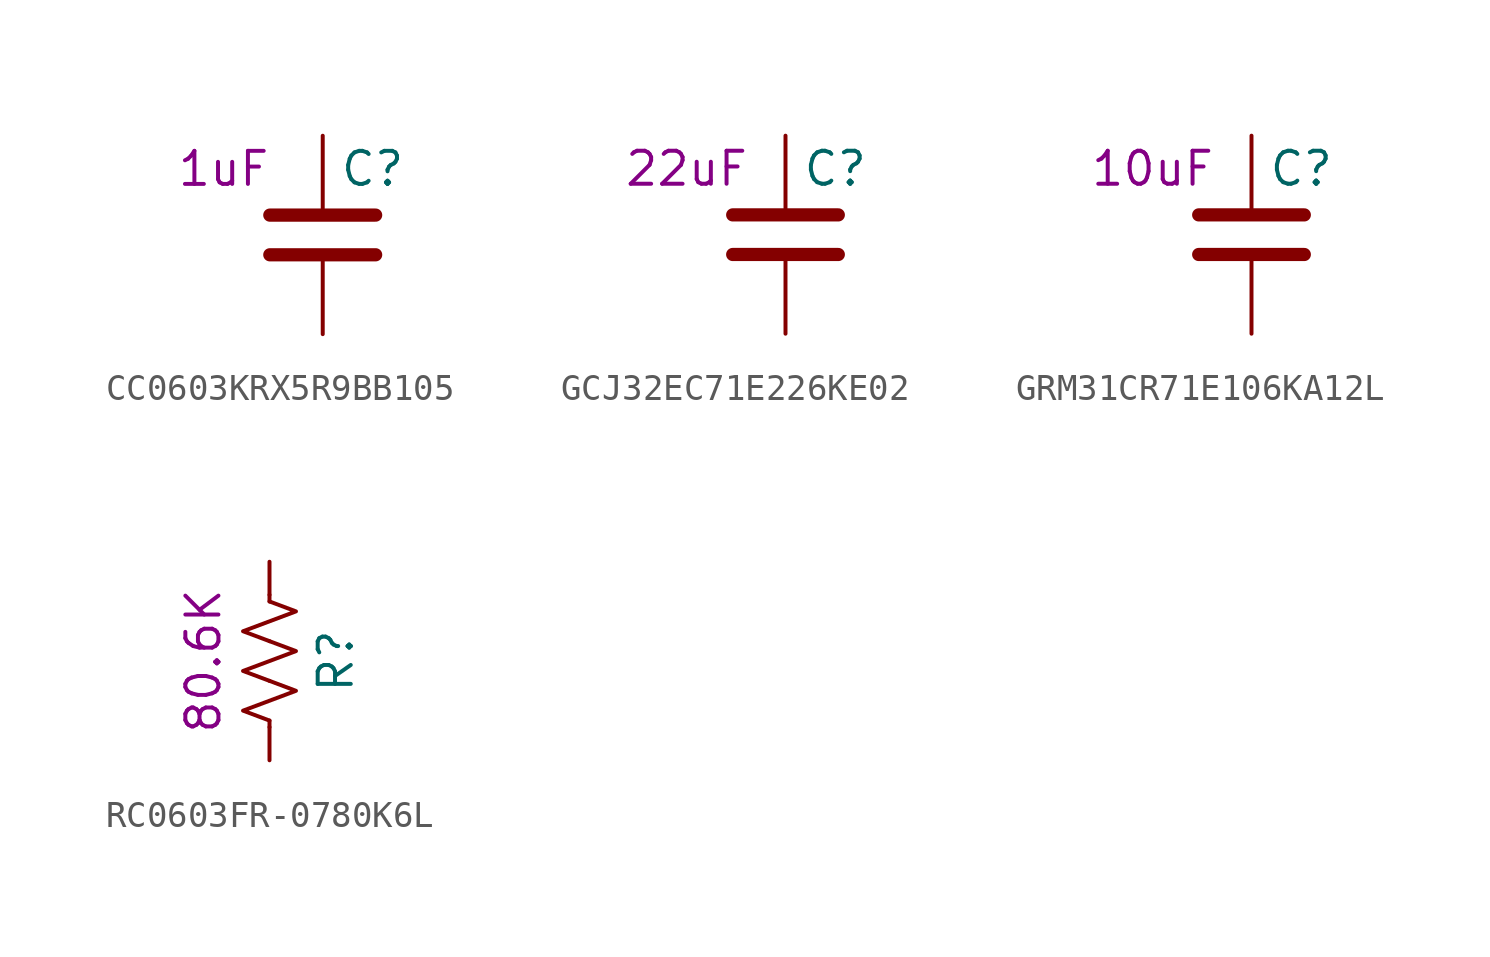
<source format=kicad_sym>
(kicad_symbol_lib
  (version 20210619)
  (generator kicad_symbol_editor)
  (symbol "eval-board-1_buck-regulator:CC0603KRX5R9BB105"
    (pin_numbers hide)
    (pin_names
      (offset 0.254))
    (property "Reference" "C"
      (at 0.635 2.54 0)
      (effects (font (size 1.27 1.27)) (justify left)))
    (property "id" "1uF"
      (at -3.81 2.54 0)
      (effects (font (size 1.27 1.27))))
    (symbol "CC0603KRX5R9BB105_0_1"
      (polyline (pts (xy -2.032 -0.762) (xy 2.032 -0.762)) (stroke (width 0.508)) (fill (type none)))
      (polyline (pts (xy -2.032 0.762) (xy 2.032 0.762)) (stroke (width 0.508)) (fill (type none))))
    (symbol "CC0603KRX5R9BB105_1_1"
      (pin passive line (at 0 3.81 270) (length 2.794) (name "~" (effects (font (size 1.27 1.27)))) (number "1" (effects (font (size 1.27 1.27)))))
      (pin passive line (at 0 -3.81 90) (length 2.794) (name "~" (effects (font (size 1.27 1.27)))) (number "2" (effects (font (size 1.27 1.27)))))))
  (symbol "eval-board-1_buck-regulator:GCJ32EC71E226KE02"
    (pin_numbers hide)
    (pin_names
      (offset 0.254))
    (property "Reference" "C"
      (at 0.635 2.54 0)
      (effects (font (size 1.27 1.27)) (justify left)))
    (property "id" "22uF"
      (at -3.81 2.54 0)
      (effects (font (size 1.27 1.27))))
    (symbol "GCJ32EC71E226KE02_0_1"
      (polyline (pts (xy -2.032 -0.762) (xy 2.032 -0.762)) (stroke (width 0.508)) (fill (type none)))
      (polyline (pts (xy -2.032 0.762) (xy 2.032 0.762)) (stroke (width 0.508)) (fill (type none))))
    (symbol "GCJ32EC71E226KE02_1_1"
      (pin passive line (at 0 3.81 270) (length 2.794) (name "~" (effects (font (size 1.27 1.27)))) (number "1" (effects (font (size 1.27 1.27)))))
      (pin passive line (at 0 -3.81 90) (length 2.794) (name "~" (effects (font (size 1.27 1.27)))) (number "2" (effects (font (size 1.27 1.27)))))))
  (symbol "eval-board-1_buck-regulator:GRM31CR71E106KA12L"
    (pin_numbers hide)
    (pin_names
      (offset 0.254))
    (property "Reference" "C"
      (at 0.635 2.54 0)
      (effects (font (size 1.27 1.27)) (justify left)))
    (property "id" "10uF"
      (at -3.81 2.54 0)
      (effects (font (size 1.27 1.27))))
    (symbol "GRM31CR71E106KA12L_0_1"
      (polyline (pts (xy -2.032 -0.762) (xy 2.032 -0.762)) (stroke (width 0.508)) (fill (type none)))
      (polyline (pts (xy -2.032 0.762) (xy 2.032 0.762)) (stroke (width 0.508)) (fill (type none))))
    (symbol "GRM31CR71E106KA12L_1_1"
      (pin passive line (at 0 3.81 270) (length 2.794) (name "~" (effects (font (size 1.27 1.27)))) (number "1" (effects (font (size 1.27 1.27)))))
      (pin passive line (at 0 -3.81 90) (length 2.794) (name "~" (effects (font (size 1.27 1.27)))) (number "2" (effects (font (size 1.27 1.27)))))))
  (symbol "eval-board-1_buck-regulator:RC0603FR-0780K6L"
    (pin_numbers hide)
    (pin_names
      (offset 0))
    (property "Reference" "R"
      (at 2.54 0 90)
      (effects (font (size 1.27 1.27))))
    (property "id" "80.6K"
      (at -2.54 0 90)
      (effects (font (size 1.27 1.27))))
    (symbol "RC0603FR-0780K6L_0_1"
      (polyline (pts (xy 0 -2.286) (xy 0 -2.54)) (stroke (width 0)) (fill (type none)))
      (polyline (pts (xy 0 2.286) (xy 0 2.54)) (stroke (width 0)) (fill (type none)))
      (polyline (pts (xy 0 -0.762) (xy 1.016 -1.143) (xy 0 -1.524) (xy -1.016 -1.905) (xy 0 -2.286)) (stroke (width 0)) (fill (type none)))
      (polyline (pts (xy 0 0.762) (xy 1.016 0.381) (xy 0 0) (xy -1.016 -0.381) (xy 0 -0.762)) (stroke (width 0)) (fill (type none)))
      (polyline (pts (xy 0 2.286) (xy 1.016 1.905) (xy 0 1.524) (xy -1.016 1.143) (xy 0 0.762)) (stroke (width 0)) (fill (type none))))
    (symbol "RC0603FR-0780K6L_1_1"
      (pin passive line (at 0 3.81 270) (length 1.27) (name "~" (effects (font (size 1.27 1.27)))) (number "1" (effects (font (size 1.27 1.27)))))
      (pin passive line (at 0 -3.81 90) (length 1.27) (name "~" (effects (font (size 1.27 1.27)))) (number "2" (effects (font (size 1.27 1.27))))))))
</source>
